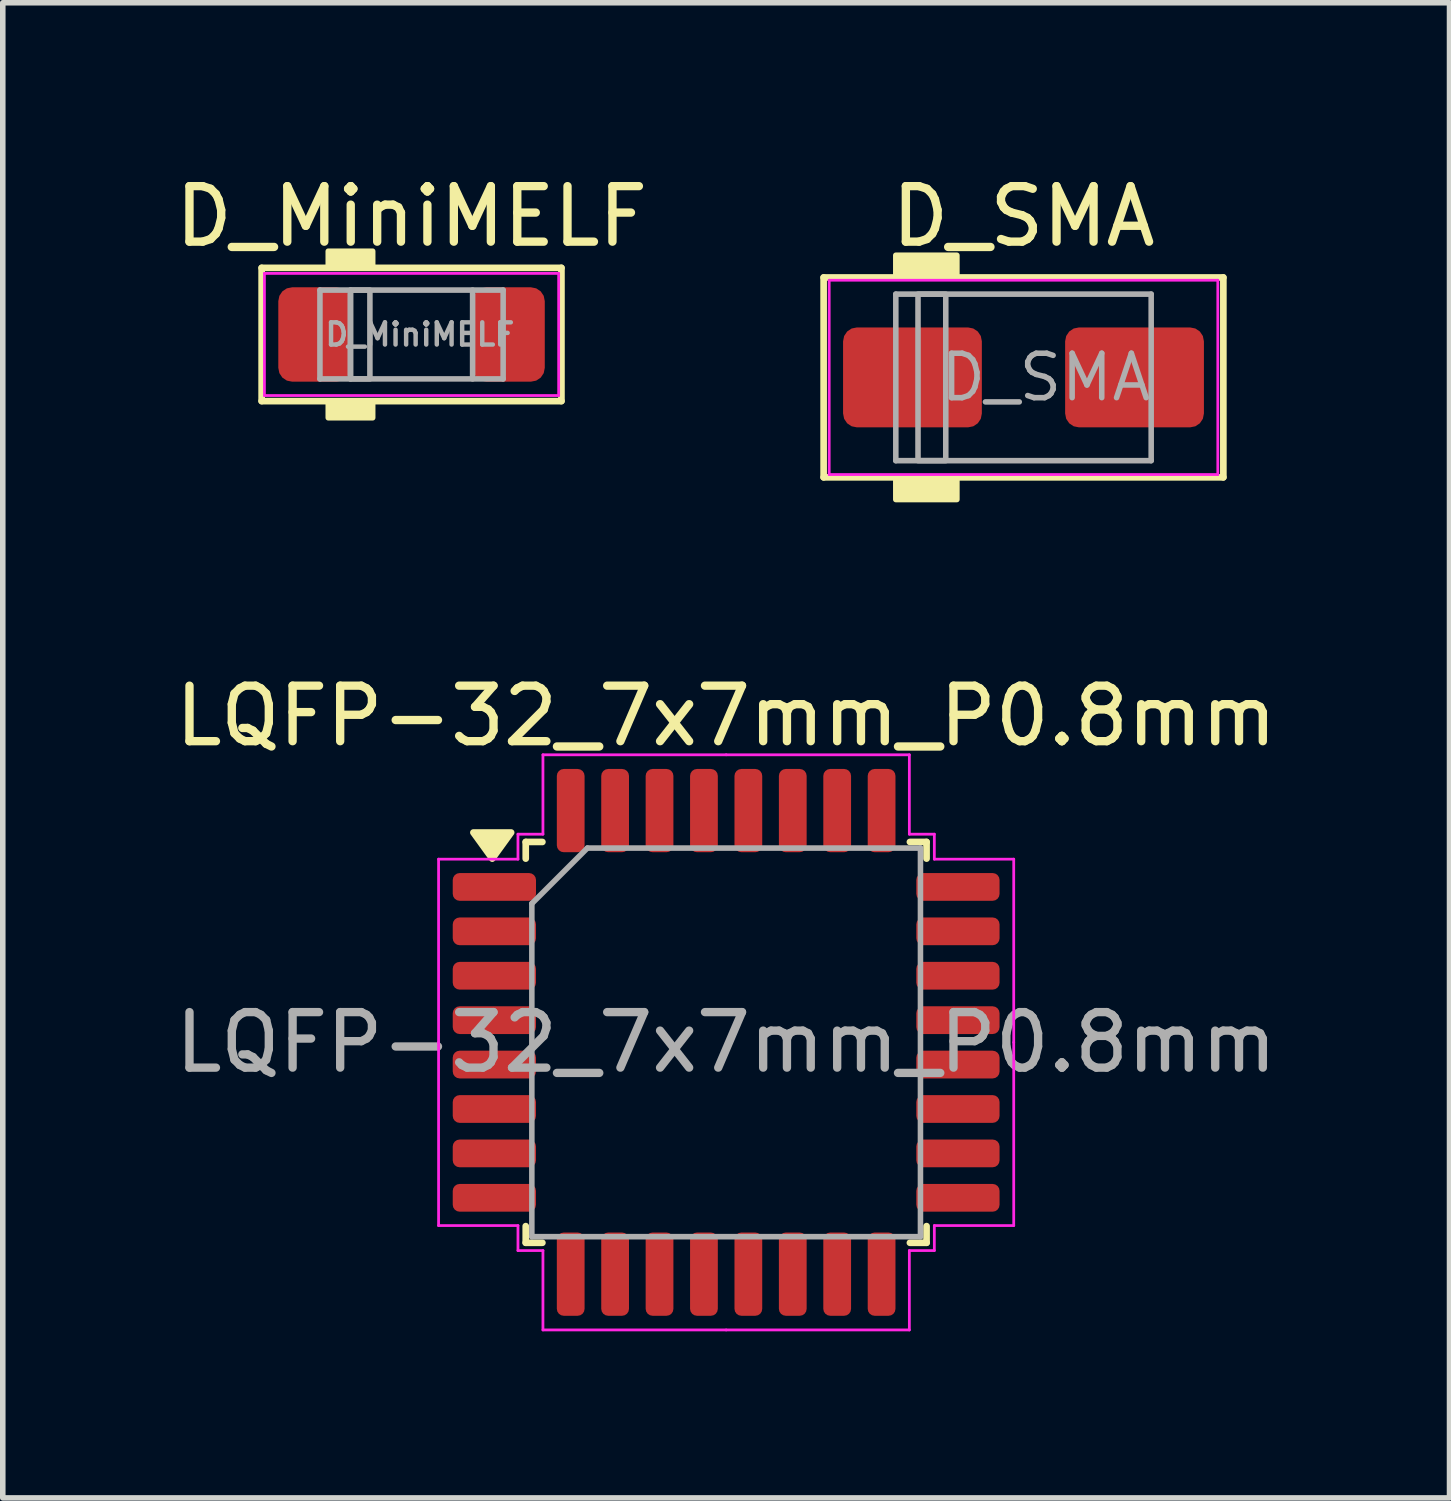
<source format=kicad_pcb>
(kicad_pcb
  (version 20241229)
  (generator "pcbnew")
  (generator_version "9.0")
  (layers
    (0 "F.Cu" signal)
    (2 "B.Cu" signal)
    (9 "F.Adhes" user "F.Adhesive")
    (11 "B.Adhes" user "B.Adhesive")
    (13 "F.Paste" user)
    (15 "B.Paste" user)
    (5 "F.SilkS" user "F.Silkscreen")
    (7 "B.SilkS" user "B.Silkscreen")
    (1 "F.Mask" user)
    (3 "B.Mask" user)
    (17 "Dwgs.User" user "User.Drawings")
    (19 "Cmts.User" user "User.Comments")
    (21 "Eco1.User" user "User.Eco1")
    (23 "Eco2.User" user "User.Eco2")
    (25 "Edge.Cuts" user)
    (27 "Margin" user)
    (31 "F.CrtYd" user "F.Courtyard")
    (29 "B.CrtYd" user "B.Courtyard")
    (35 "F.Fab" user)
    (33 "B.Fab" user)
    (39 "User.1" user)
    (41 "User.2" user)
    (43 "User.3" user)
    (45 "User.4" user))
  (footprint "LQFP-32_7x7mm_P0.8mm"
    (layer "F.Cu")
    (at 10.03 15.726)
    (property "Reference" "LQFP-32_7x7mm_P0.8mm" (at 0 -5.88 0) (layer "F.SilkS") (effects (font (size 1 1) (thickness 0.15))))
    (attr smd)
    (fp_line (start -3.61 -3.61) (end -3.61 -3.31) (stroke (width 0.12) (type solid)) (layer "F.SilkS"))
    (fp_line (start -3.61 3.61) (end -3.61 3.31) (stroke (width 0.12) (type solid)) (layer "F.SilkS"))
    (fp_line (start -3.31 -3.61) (end -3.61 -3.61) (stroke (width 0.12) (type solid)) (layer "F.SilkS"))
    (fp_line (start -3.31 3.61) (end -3.61 3.61) (stroke (width 0.12) (type solid)) (layer "F.SilkS"))
    (fp_line (start 3.31 -3.61) (end 3.61 -3.61) (stroke (width 0.12) (type solid)) (layer "F.SilkS"))
    (fp_line (start 3.31 3.61) (end 3.61 3.61) (stroke (width 0.12) (type solid)) (layer "F.SilkS"))
    (fp_line (start 3.61 -3.61) (end 3.61 -3.31) (stroke (width 0.12) (type solid)) (layer "F.SilkS"))
    (fp_line (start 3.61 3.61) (end 3.61 3.31) (stroke (width 0.12) (type solid)) (layer "F.SilkS"))
    (fp_poly (pts (xy -4.213 -3.31) (xy -4.553 -3.78) (xy -3.873 -3.78) (xy -4.213 -3.31)) (stroke (width 0.12) (type solid)) (fill yes) (layer "F.SilkS"))
    (fp_line (start -5.18 -3.3) (end -5.18 0) (stroke (width 0.05) (type solid)) (layer "F.CrtYd"))
    (fp_line (start -5.18 3.3) (end -5.18 0) (stroke (width 0.05) (type solid)) (layer "F.CrtYd"))
    (fp_line (start -3.75 -3.75) (end -3.75 -3.3) (stroke (width 0.05) (type solid)) (layer "F.CrtYd"))
    (fp_line (start -3.75 -3.3) (end -5.18 -3.3) (stroke (width 0.05) (type solid)) (layer "F.CrtYd"))
    (fp_line (start -3.75 3.3) (end -5.18 3.3) (stroke (width 0.05) (type solid)) (layer "F.CrtYd"))
    (fp_line (start -3.75 3.75) (end -3.75 3.3) (stroke (width 0.05) (type solid)) (layer "F.CrtYd"))
    (fp_line (start -3.3 -5.18) (end -3.3 -3.75) (stroke (width 0.05) (type solid)) (layer "F.CrtYd"))
    (fp_line (start -3.3 -3.75) (end -3.75 -3.75) (stroke (width 0.05) (type solid)) (layer "F.CrtYd"))
    (fp_line (start -3.3 3.75) (end -3.75 3.75) (stroke (width 0.05) (type solid)) (layer "F.CrtYd"))
    (fp_line (start -3.3 5.18) (end -3.3 3.75) (stroke (width 0.05) (type solid)) (layer "F.CrtYd"))
    (fp_line (start 0 -5.18) (end -3.3 -5.18) (stroke (width 0.05) (type solid)) (layer "F.CrtYd"))
    (fp_line (start 0 -5.18) (end 3.3 -5.18) (stroke (width 0.05) (type solid)) (layer "F.CrtYd"))
    (fp_line (start 0 5.18) (end -3.3 5.18) (stroke (width 0.05) (type solid)) (layer "F.CrtYd"))
    (fp_line (start 0 5.18) (end 3.3 5.18) (stroke (width 0.05) (type solid)) (layer "F.CrtYd"))
    (fp_line (start 3.3 -5.18) (end 3.3 -3.75) (stroke (width 0.05) (type solid)) (layer "F.CrtYd"))
    (fp_line (start 3.3 -3.75) (end 3.75 -3.75) (stroke (width 0.05) (type solid)) (layer "F.CrtYd"))
    (fp_line (start 3.3 3.75) (end 3.75 3.75) (stroke (width 0.05) (type solid)) (layer "F.CrtYd"))
    (fp_line (start 3.3 5.18) (end 3.3 3.75) (stroke (width 0.05) (type solid)) (layer "F.CrtYd"))
    (fp_line (start 3.75 -3.75) (end 3.75 -3.3) (stroke (width 0.05) (type solid)) (layer "F.CrtYd"))
    (fp_line (start 3.75 -3.3) (end 5.18 -3.3) (stroke (width 0.05) (type solid)) (layer "F.CrtYd"))
    (fp_line (start 3.75 3.3) (end 5.18 3.3) (stroke (width 0.05) (type solid)) (layer "F.CrtYd"))
    (fp_line (start 3.75 3.75) (end 3.75 3.3) (stroke (width 0.05) (type solid)) (layer "F.CrtYd"))
    (fp_line (start 5.18 -3.3) (end 5.18 0) (stroke (width 0.05) (type solid)) (layer "F.CrtYd"))
    (fp_line (start 5.18 3.3) (end 5.18 0) (stroke (width 0.05) (type solid)) (layer "F.CrtYd"))
    (fp_line (start -3.5 -2.5) (end -2.5 -3.5) (stroke (width 0.1) (type solid)) (layer "F.Fab"))
    (fp_line (start -3.5 3.5) (end -3.5 -2.5) (stroke (width 0.1) (type solid)) (layer "F.Fab"))
    (fp_line (start -2.5 -3.5) (end 3.5 -3.5) (stroke (width 0.1) (type solid)) (layer "F.Fab"))
    (fp_line (start 3.5 -3.5) (end 3.5 3.5) (stroke (width 0.1) (type solid)) (layer "F.Fab"))
    (fp_line (start 3.5 3.5) (end -3.5 3.5) (stroke (width 0.1) (type solid)) (layer "F.Fab"))
    (fp_text user "${REFERENCE}" (at 0 0 0) (layer "F.Fab") (effects (font (size 1 1) (thickness 0.15))))
    (pad "1" smd roundrect (at -4.175 -2.8) (size 1.5 0.5) (layers "F.Cu" "F.Mask" "F.Paste") (roundrect_rratio 0.25))
    (pad "2" smd roundrect (at -4.175 -2) (size 1.5 0.5) (layers "F.Cu" "F.Mask" "F.Paste") (roundrect_rratio 0.25))
    (pad "3" smd roundrect (at -4.175 -1.2) (size 1.5 0.5) (layers "F.Cu" "F.Mask" "F.Paste") (roundrect_rratio 0.25))
    (pad "4" smd roundrect (at -4.175 -0.4) (size 1.5 0.5) (layers "F.Cu" "F.Mask" "F.Paste") (roundrect_rratio 0.25))
    (pad "5" smd roundrect (at -4.175 0.4) (size 1.5 0.5) (layers "F.Cu" "F.Mask" "F.Paste") (roundrect_rratio 0.25))
    (pad "6" smd roundrect (at -4.175 1.2) (size 1.5 0.5) (layers "F.Cu" "F.Mask" "F.Paste") (roundrect_rratio 0.25))
    (pad "7" smd roundrect (at -4.175 2) (size 1.5 0.5) (layers "F.Cu" "F.Mask" "F.Paste") (roundrect_rratio 0.25))
    (pad "8" smd roundrect (at -4.175 2.8) (size 1.5 0.5) (layers "F.Cu" "F.Mask" "F.Paste") (roundrect_rratio 0.25))
    (pad "9" smd roundrect (at -2.8 4.175) (size 0.5 1.5) (layers "F.Cu" "F.Mask" "F.Paste") (roundrect_rratio 0.25))
    (pad "10" smd roundrect (at -2 4.175) (size 0.5 1.5) (layers "F.Cu" "F.Mask" "F.Paste") (roundrect_rratio 0.25))
    (pad "11" smd roundrect (at -1.2 4.175) (size 0.5 1.5) (layers "F.Cu" "F.Mask" "F.Paste") (roundrect_rratio 0.25))
    (pad "12" smd roundrect (at -0.4 4.175) (size 0.5 1.5) (layers "F.Cu" "F.Mask" "F.Paste") (roundrect_rratio 0.25))
    (pad "13" smd roundrect (at 0.4 4.175) (size 0.5 1.5) (layers "F.Cu" "F.Mask" "F.Paste") (roundrect_rratio 0.25))
    (pad "14" smd roundrect (at 1.2 4.175) (size 0.5 1.5) (layers "F.Cu" "F.Mask" "F.Paste") (roundrect_rratio 0.25))
    (pad "15" smd roundrect (at 2 4.175) (size 0.5 1.5) (layers "F.Cu" "F.Mask" "F.Paste") (roundrect_rratio 0.25))
    (pad "16" smd roundrect (at 2.8 4.175) (size 0.5 1.5) (layers "F.Cu" "F.Mask" "F.Paste") (roundrect_rratio 0.25))
    (pad "17" smd roundrect (at 4.175 2.8) (size 1.5 0.5) (layers "F.Cu" "F.Mask" "F.Paste") (roundrect_rratio 0.25))
    (pad "18" smd roundrect (at 4.175 2) (size 1.5 0.5) (layers "F.Cu" "F.Mask" "F.Paste") (roundrect_rratio 0.25))
    (pad "19" smd roundrect (at 4.175 1.2) (size 1.5 0.5) (layers "F.Cu" "F.Mask" "F.Paste") (roundrect_rratio 0.25))
    (pad "20" smd roundrect (at 4.175 0.4) (size 1.5 0.5) (layers "F.Cu" "F.Mask" "F.Paste") (roundrect_rratio 0.25))
    (pad "21" smd roundrect (at 4.175 -0.4) (size 1.5 0.5) (layers "F.Cu" "F.Mask" "F.Paste") (roundrect_rratio 0.25))
    (pad "22" smd roundrect (at 4.175 -1.2) (size 1.5 0.5) (layers "F.Cu" "F.Mask" "F.Paste") (roundrect_rratio 0.25))
    (pad "23" smd roundrect (at 4.175 -2) (size 1.5 0.5) (layers "F.Cu" "F.Mask" "F.Paste") (roundrect_rratio 0.25))
    (pad "24" smd roundrect (at 4.175 -2.8) (size 1.5 0.5) (layers "F.Cu" "F.Mask" "F.Paste") (roundrect_rratio 0.25))
    (pad "25" smd roundrect (at 2.8 -4.175) (size 0.5 1.5) (layers "F.Cu" "F.Mask" "F.Paste") (roundrect_rratio 0.25))
    (pad "26" smd roundrect (at 2 -4.175) (size 0.5 1.5) (layers "F.Cu" "F.Mask" "F.Paste") (roundrect_rratio 0.25))
    (pad "27" smd roundrect (at 1.2 -4.175) (size 0.5 1.5) (layers "F.Cu" "F.Mask" "F.Paste") (roundrect_rratio 0.25))
    (pad "28" smd roundrect (at 0.4 -4.175) (size 0.5 1.5) (layers "F.Cu" "F.Mask" "F.Paste") (roundrect_rratio 0.25))
    (pad "29" smd roundrect (at -0.4 -4.175) (size 0.5 1.5) (layers "F.Cu" "F.Mask" "F.Paste") (roundrect_rratio 0.25))
    (pad "30" smd roundrect (at -1.2 -4.175) (size 0.5 1.5) (layers "F.Cu" "F.Mask" "F.Paste") (roundrect_rratio 0.25))
    (pad "31" smd roundrect (at -2 -4.175) (size 0.5 1.5) (layers "F.Cu" "F.Mask" "F.Paste") (roundrect_rratio 0.25))
    (pad "32" smd roundrect (at -2.8 -4.175) (size 0.5 1.5) (layers "F.Cu" "F.Mask" "F.Paste") (roundrect_rratio 0.25)))
  (footprint "D_SMA"
    (layer "F.Cu")
    (at 15.386 3.748)
    (property "Reference" "D_SMA" (at 0 -2.9 0) (layer "F.SilkS") (effects (font (size 1 1) (thickness 0.15))))
    (attr smd)
    (fp_line (start -3.6 -1.8) (end -3.6 1.8) (stroke (width 0.12) (type solid)) (layer "F.SilkS"))
    (fp_line (start -3.6 1.8) (end 3.6 1.8) (stroke (width 0.12) (type solid)) (layer "F.SilkS"))
    (fp_line (start 3.6 -1.8) (end -3.6 -1.8) (stroke (width 0.12) (type solid)) (layer "F.SilkS"))
    (fp_line (start 3.6 1.8) (end 3.6 -1.8) (stroke (width 0.12) (type solid)) (layer "F.SilkS"))
    (fp_poly (pts (xy -1.2 -1.8) (xy -2.3 -1.8) (xy -2.3 -2.2) (xy -1.2 -2.2)) (stroke (width 0.1) (type solid)) (fill yes) (layer "F.SilkS"))
    (fp_poly (pts (xy -1.2 2.2) (xy -2.3 2.2) (xy -2.3 1.8) (xy -1.2 1.8)) (stroke (width 0.1) (type solid)) (fill yes) (layer "F.SilkS"))
    (fp_line (start -3.5 -1.75) (end 3.5 -1.75) (stroke (width 0.05) (type solid)) (layer "F.CrtYd"))
    (fp_line (start -3.5 1.75) (end -3.5 -1.75) (stroke (width 0.05) (type solid)) (layer "F.CrtYd"))
    (fp_line (start 3.5 -1.75) (end 3.5 1.75) (stroke (width 0.05) (type solid)) (layer "F.CrtYd"))
    (fp_line (start 3.5 1.75) (end -3.5 1.75) (stroke (width 0.05) (type solid)) (layer "F.CrtYd"))
    (fp_line (start -2.3 1.5) (end -2.3 -1.5) (stroke (width 0.1) (type solid)) (layer "F.Fab"))
    (fp_line (start 2.3 -1.5) (end -2.3 -1.5) (stroke (width 0.1) (type solid)) (layer "F.Fab"))
    (fp_line (start 2.3 -1.5) (end 2.3 1.5) (stroke (width 0.1) (type solid)) (layer "F.Fab"))
    (fp_line (start 2.3 1.5) (end -2.3 1.5) (stroke (width 0.1) (type solid)) (layer "F.Fab"))
    (fp_rect (start -1.9 -1.5) (end -1.4 1.5) (stroke (width 0.1) (type solid)) (fill no) (layer "F.Fab"))
    (fp_text user "${REFERENCE}" (at 0.4 0 0) (layer "F.Fab") (effects (font (size 0.8 0.8) (thickness 0.1))))
    (pad "1" smd roundrect (at -2 0) (size 2.5 1.8) (layers "F.Cu" "F.Mask" "F.Paste") (roundrect_rratio 0.139))
    (pad "2" smd roundrect (at 2 0) (size 2.5 1.8) (layers "F.Cu" "F.Mask" "F.Paste") (roundrect_rratio 0.139)))
  (footprint "D_MiniMELF"
    (layer "F.Cu")
    (at 4.363 2.975)
    (property "Reference" "D_MiniMELF" (at 0 -2.127 0) (layer "F.SilkS") (effects (font (size 1 1) (thickness 0.15))))
    (attr smd)
    (fp_line (start -2.7 -1.2) (end -2.7 1.2) (stroke (width 0.12) (type solid)) (layer "F.SilkS"))
    (fp_line (start -2.7 1.2) (end 2.7 1.2) (stroke (width 0.12) (type solid)) (layer "F.SilkS"))
    (fp_line (start 2.7 -1.2) (end -2.7 -1.2) (stroke (width 0.12) (type solid)) (layer "F.SilkS"))
    (fp_line (start 2.7 1.2) (end 2.7 -1.2) (stroke (width 0.12) (type solid)) (layer "F.SilkS"))
    (fp_poly (pts (xy -0.7 -1.2) (xy -1.5 -1.2) (xy -1.5 -1.5) (xy -0.7 -1.5)) (stroke (width 0.1) (type solid)) (fill yes) (layer "F.SilkS"))
    (fp_poly (pts (xy -0.7 1.5) (xy -1.5 1.5) (xy -1.5 1.2) (xy -0.7 1.2)) (stroke (width 0.1) (type solid)) (fill yes) (layer "F.SilkS"))
    (fp_line (start -2.65 -1.1) (end 2.65 -1.1) (stroke (width 0.05) (type solid)) (layer "F.CrtYd"))
    (fp_line (start -2.65 1.1) (end -2.65 -1.1) (stroke (width 0.05) (type solid)) (layer "F.CrtYd"))
    (fp_line (start 2.65 -1.1) (end 2.65 1.1) (stroke (width 0.05) (type solid)) (layer "F.CrtYd"))
    (fp_line (start 2.65 1.1) (end -2.65 1.1) (stroke (width 0.05) (type solid)) (layer "F.CrtYd"))
    (fp_line (start -1.65 -0.8) (end 1.65 -0.8) (stroke (width 0.1) (type solid)) (layer "F.Fab"))
    (fp_line (start -1.65 0.8) (end -1.65 -0.8) (stroke (width 0.1) (type solid)) (layer "F.Fab"))
    (fp_line (start -1.1 -0.8) (end -1.1 0.8) (stroke (width 0.1) (type solid)) (layer "F.Fab"))
    (fp_line (start 1.1 -0.8) (end 1.1 0.8) (stroke (width 0.1) (type solid)) (layer "F.Fab"))
    (fp_line (start 1.65 -0.8) (end 1.65 0.8) (stroke (width 0.1) (type solid)) (layer "F.Fab"))
    (fp_line (start 1.65 0.8) (end -1.65 0.8) (stroke (width 0.1) (type solid)) (layer "F.Fab"))
    (fp_rect (start -1.1 -0.8) (end -0.75 0.8) (stroke (width 0.1) (type solid)) (fill no) (layer "F.Fab"))
    (fp_text user "${REFERENCE}" (at 0.15 0 0) (layer "F.Fab") (effects (font (size 0.4 0.4) (thickness 0.08))))
    (pad "1" smd roundrect (at -1.75 0) (size 1.3 1.7) (layers "F.Cu" "F.Mask" "F.Paste") (roundrect_rratio 0.192))
    (pad "2" smd roundrect (at 1.75 0) (size 1.3 1.7) (layers "F.Cu" "F.Mask" "F.Paste") (roundrect_rratio 0.192)))
  (gr_rect
    (start -3 -3)
    (end 23.06 23.931)
    (stroke (width 0.1) (type default))
    (fill no)
    (layer "Edge.Cuts")))
</source>
